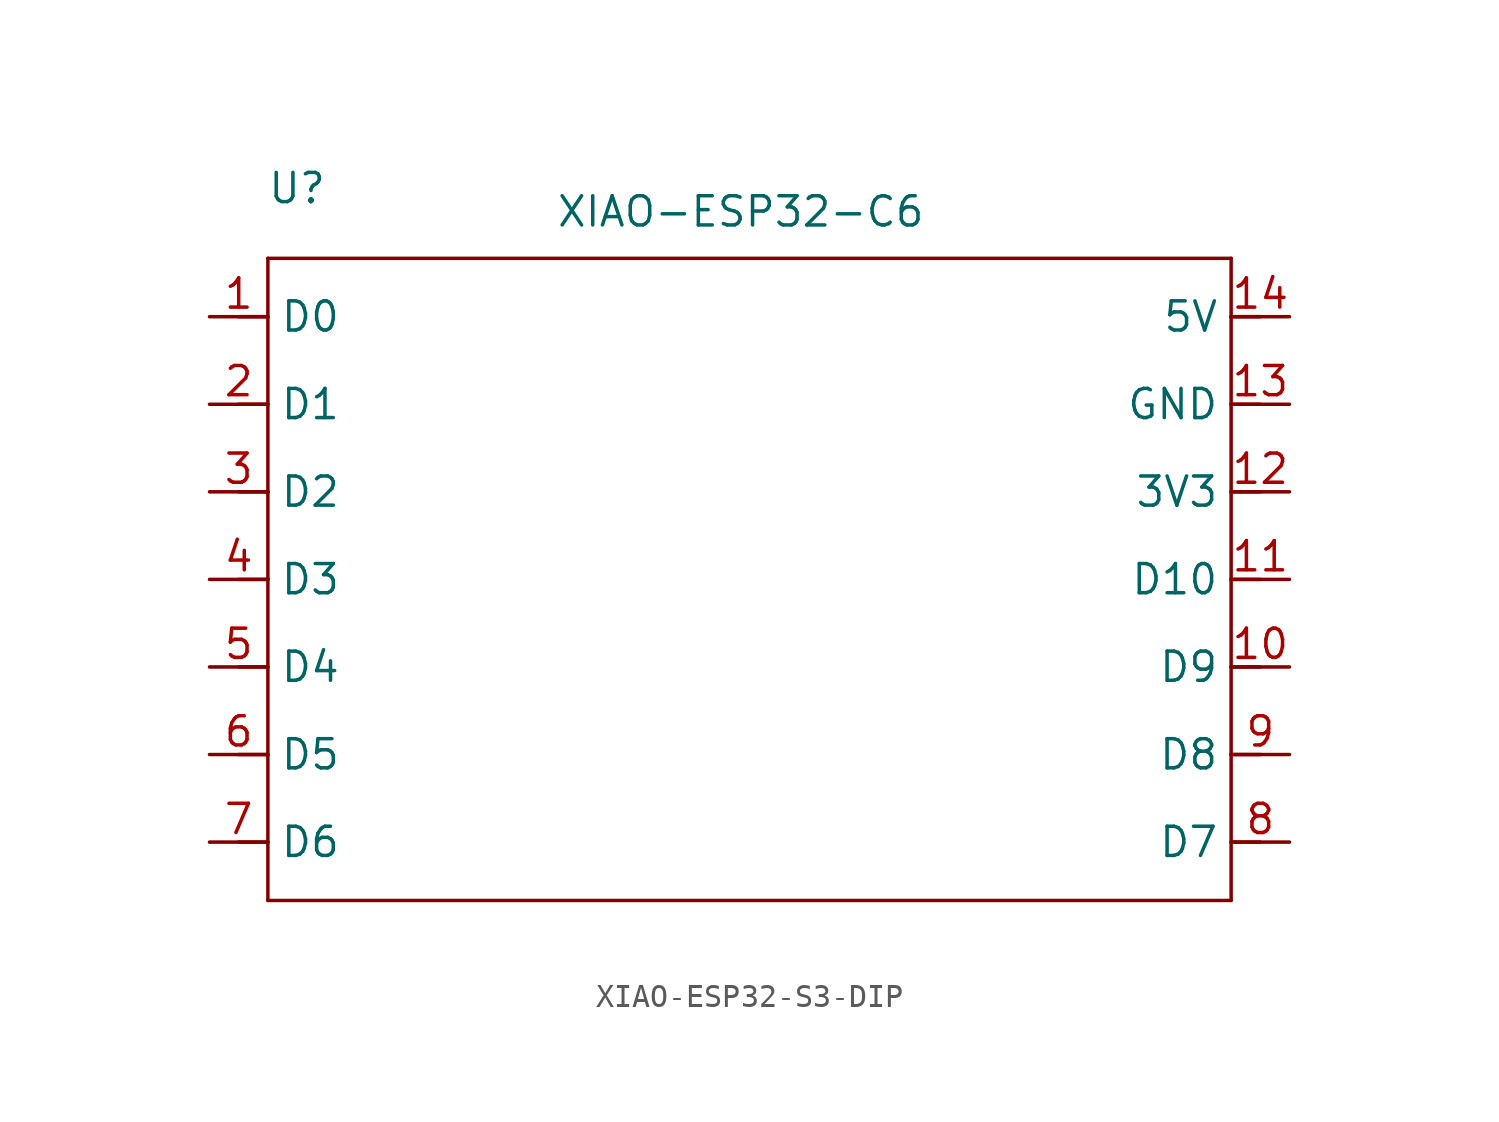
<source format=kicad_sym>
(kicad_symbol_lib
  (version 20241209)
  (generator "kicad_symbol_editor")
  (generator_version "9.0")
  (symbol "XIAO-ESP32-S3-DIP"
    (property "Reference" "U"
      (at 1.27 0.508 0)
      (effects (font (size 1.27 1.27))))
    (property "Value" "XIAO-ESP32-C6"
      (at 20.574 -0.508 0)
      (effects (font (size 1.27 1.27))))
    (symbol "XIAO-ESP32-S3-DIP_1_0"
      (polyline (pts (xy 0 -2.54) (xy 41.91 -2.54)) (stroke (width 0.152) (type solid)) (fill (type none)))
      (polyline (pts (xy 0 -5.08) (xy -1.27 -5.08)) (stroke (width 0.152) (type solid)) (fill (type none)))
      (polyline (pts (xy 0 -5.08) (xy 0 -2.54)) (stroke (width 0.152) (type solid)) (fill (type none)))
      (polyline (pts (xy 0 -8.89) (xy -1.27 -8.89)) (stroke (width 0.152) (type solid)) (fill (type none)))
      (polyline (pts (xy 0 -8.89) (xy 0 -5.08)) (stroke (width 0.152) (type solid)) (fill (type none)))
      (polyline (pts (xy 0 -12.7) (xy -1.27 -12.7)) (stroke (width 0.152) (type solid)) (fill (type none)))
      (polyline (pts (xy 0 -12.7) (xy 0 -8.89)) (stroke (width 0.152) (type solid)) (fill (type none)))
      (polyline (pts (xy 0 -16.51) (xy -1.27 -16.51)) (stroke (width 0.152) (type solid)) (fill (type none)))
      (polyline (pts (xy 0 -16.51) (xy 0 -12.7)) (stroke (width 0.152) (type solid)) (fill (type none)))
      (polyline (pts (xy 0 -20.32) (xy -1.27 -20.32)) (stroke (width 0.152) (type solid)) (fill (type none)))
      (polyline (pts (xy 0 -24.13) (xy -1.27 -24.13)) (stroke (width 0.152) (type solid)) (fill (type none)))
      (polyline (pts (xy 0 -27.94) (xy -1.27 -27.94)) (stroke (width 0.152) (type solid)) (fill (type none)))
      (polyline (pts (xy 0 -30.48) (xy 0 -16.51)) (stroke (width 0.152) (type solid)) (fill (type none)))
      (polyline (pts (xy 41.91 -2.54) (xy 41.91 -5.08)) (stroke (width 0.152) (type solid)) (fill (type none)))
      (polyline (pts (xy 41.91 -5.08) (xy 41.91 -8.89)) (stroke (width 0.152) (type solid)) (fill (type none)))
      (polyline (pts (xy 41.91 -8.89) (xy 41.91 -12.7)) (stroke (width 0.152) (type solid)) (fill (type none)))
      (polyline (pts (xy 41.91 -12.7) (xy 41.91 -30.48)) (stroke (width 0.152) (type solid)) (fill (type none)))
      (polyline (pts (xy 41.91 -30.48) (xy 0 -30.48)) (stroke (width 0.152) (type solid)) (fill (type none)))
      (polyline (pts (xy 43.18 -5.08) (xy 41.91 -5.08)) (stroke (width 0.152) (type solid)) (fill (type none)))
      (polyline (pts (xy 43.18 -8.89) (xy 41.91 -8.89)) (stroke (width 0.152) (type solid)) (fill (type none)))
      (polyline (pts (xy 43.18 -12.7) (xy 41.91 -12.7)) (stroke (width 0.152) (type solid)) (fill (type none)))
      (polyline (pts (xy 43.18 -16.51) (xy 41.91 -16.51)) (stroke (width 0.152) (type solid)) (fill (type none)))
      (polyline (pts (xy 43.18 -20.32) (xy 41.91 -20.32)) (stroke (width 0.152) (type solid)) (fill (type none)))
      (polyline (pts (xy 43.18 -24.13) (xy 41.91 -24.13)) (stroke (width 0.152) (type solid)) (fill (type none)))
      (polyline (pts (xy 43.18 -27.94) (xy 41.91 -27.94)) (stroke (width 0.152) (type solid)) (fill (type none)))
      (pin passive line (at -2.54 -5.08 0) (length 2.54) (name "D0" (effects (font (size 1.27 1.27)))) (number "1" (effects (font (size 1.27 1.27)))))
      (pin passive line (at -2.54 -8.89 0) (length 2.54) (name "D1" (effects (font (size 1.27 1.27)))) (number "2" (effects (font (size 1.27 1.27)))))
      (pin passive line (at -2.54 -12.7 0) (length 2.54) (name "D2" (effects (font (size 1.27 1.27)))) (number "3" (effects (font (size 1.27 1.27)))))
      (pin passive line (at -2.54 -16.51 0) (length 2.54) (name "D3" (effects (font (size 1.27 1.27)))) (number "4" (effects (font (size 1.27 1.27)))))
      (pin passive line (at -2.54 -20.32 0) (length 2.54) (name "D4" (effects (font (size 1.27 1.27)))) (number "5" (effects (font (size 1.27 1.27)))))
      (pin passive line (at -2.54 -24.13 0) (length 2.54) (name "D5" (effects (font (size 1.27 1.27)))) (number "6" (effects (font (size 1.27 1.27)))))
      (pin passive line (at -2.54 -27.94 0) (length 2.54) (name "D6" (effects (font (size 1.27 1.27)))) (number "7" (effects (font (size 1.27 1.27)))))
      (pin passive line (at 44.45 -5.08 180) (length 2.54) (name "5V" (effects (font (size 1.27 1.27)))) (number "14" (effects (font (size 1.27 1.27)))))
      (pin passive line (at 44.45 -8.89 180) (length 2.54) (name "GND" (effects (font (size 1.27 1.27)))) (number "13" (effects (font (size 1.27 1.27)))))
      (pin passive line (at 44.45 -12.7 180) (length 2.54) (name "3V3" (effects (font (size 1.27 1.27)))) (number "12" (effects (font (size 1.27 1.27)))))
      (pin passive line (at 44.45 -16.51 180) (length 2.54) (name "D10" (effects (font (size 1.27 1.27)))) (number "11" (effects (font (size 1.27 1.27)))))
      (pin passive line (at 44.45 -20.32 180) (length 2.54) (name "D9" (effects (font (size 1.27 1.27)))) (number "10" (effects (font (size 1.27 1.27)))))
      (pin passive line (at 44.45 -24.13 180) (length 2.54) (name "D8" (effects (font (size 1.27 1.27)))) (number "9" (effects (font (size 1.27 1.27)))))
      (pin passive line (at 44.45 -27.94 180) (length 2.54) (name "D7" (effects (font (size 1.27 1.27)))) (number "8" (effects (font (size 1.27 1.27))))))))
</source>
